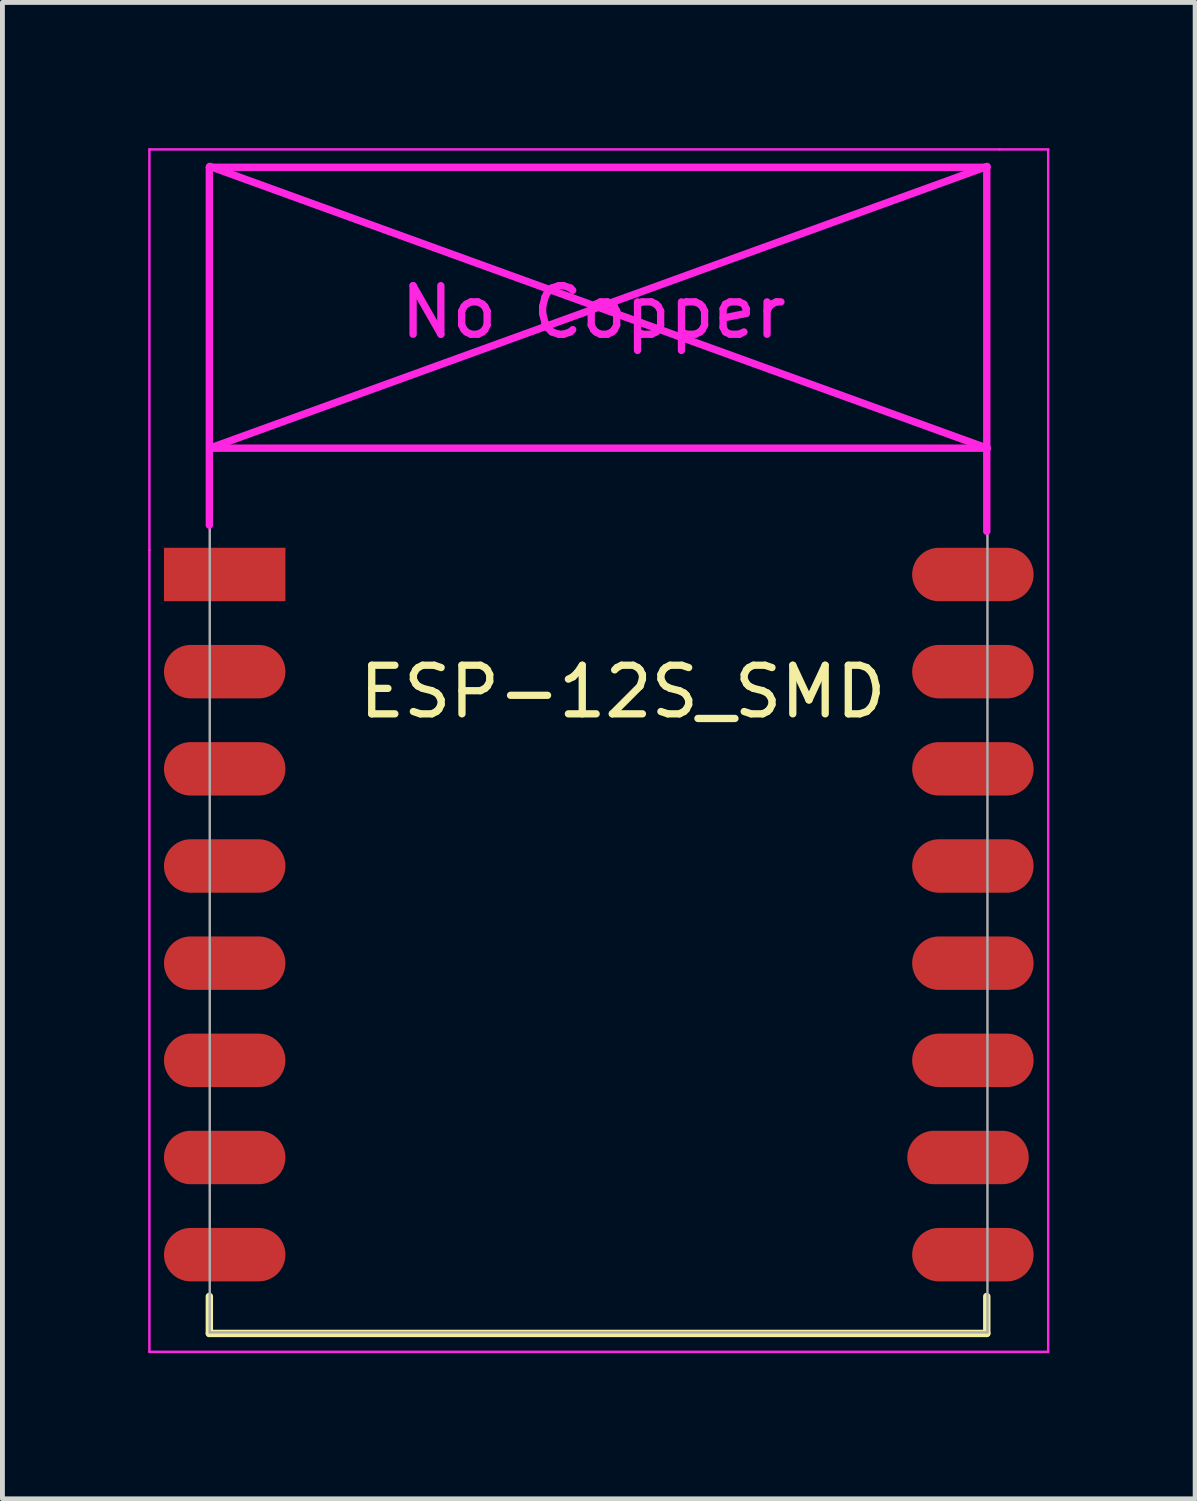
<source format=kicad_pcb>
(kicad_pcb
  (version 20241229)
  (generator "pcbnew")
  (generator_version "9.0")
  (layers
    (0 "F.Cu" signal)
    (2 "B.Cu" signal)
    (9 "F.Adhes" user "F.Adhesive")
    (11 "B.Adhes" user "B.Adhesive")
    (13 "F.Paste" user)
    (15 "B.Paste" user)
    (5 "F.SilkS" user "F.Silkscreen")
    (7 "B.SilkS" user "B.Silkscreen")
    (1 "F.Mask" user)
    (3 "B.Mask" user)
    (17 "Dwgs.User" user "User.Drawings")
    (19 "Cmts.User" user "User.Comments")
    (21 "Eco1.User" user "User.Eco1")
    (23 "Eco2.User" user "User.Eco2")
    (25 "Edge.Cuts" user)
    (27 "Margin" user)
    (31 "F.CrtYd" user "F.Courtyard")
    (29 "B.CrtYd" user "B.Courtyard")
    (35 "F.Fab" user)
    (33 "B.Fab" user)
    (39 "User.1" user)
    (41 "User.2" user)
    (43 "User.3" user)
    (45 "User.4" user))
  (footprint "ESP-12S_SMD"
    (layer "F.Cu")
    (at 2.275 8.775)
    (property "Reference" "ESP-12S_SMD" (at 7.493 2.413 0) (layer "F.SilkS") (effects (font (size 1 1) (thickness 0.15))))
    (attr smd)
    (fp_line (start -1.016 14.859) (end -1.016 15.621) (stroke (width 0.152) (type solid)) (layer "F.SilkS"))
    (fp_line (start -1.016 15.621) (end 14.986 15.621) (stroke (width 0.152) (type solid)) (layer "F.SilkS"))
    (fp_line (start 14.986 15.621) (end 14.986 14.859) (stroke (width 0.152) (type solid)) (layer "F.SilkS"))
    (fp_line (start -2.25 -8.75) (end 15.25 -8.75) (stroke (width 0.05) (type solid)) (layer "F.CrtYd"))
    (fp_line (start -2.25 -0.5) (end -2.25 -8.75) (stroke (width 0.05) (type solid)) (layer "F.CrtYd"))
    (fp_line (start -2.25 16) (end -2.25 -0.5) (stroke (width 0.05) (type solid)) (layer "F.CrtYd"))
    (fp_line (start -1.016 -8.382) (end -1.016 -1.016) (stroke (width 0.152) (type solid)) (layer "F.CrtYd"))
    (fp_line (start -1.016 -8.382) (end 14.986 -8.382) (stroke (width 0.152) (type solid)) (layer "F.CrtYd"))
    (fp_line (start -1.008 -8.4) (end 14.992 -2.6) (stroke (width 0.152) (type solid)) (layer "F.CrtYd"))
    (fp_line (start -1.008 -2.6) (end 14.992 -2.6) (stroke (width 0.152) (type solid)) (layer "F.CrtYd"))
    (fp_line (start 14.986 -8.382) (end 14.986 -0.889) (stroke (width 0.152) (type solid)) (layer "F.CrtYd"))
    (fp_line (start 14.992 -8.4) (end -1.008 -2.6) (stroke (width 0.152) (type solid)) (layer "F.CrtYd"))
    (fp_line (start 15.25 -8.75) (end 16.25 -8.75) (stroke (width 0.05) (type solid)) (layer "F.CrtYd"))
    (fp_line (start 16.25 -8.75) (end 16.25 16) (stroke (width 0.05) (type solid)) (layer "F.CrtYd"))
    (fp_line (start 16.25 16) (end -2.25 16) (stroke (width 0.05) (type solid)) (layer "F.CrtYd"))
    (fp_line (start -1.008 -8.4) (end 14.992 -8.4) (stroke (width 0.05) (type solid)) (layer "F.Fab"))
    (fp_line (start -1.008 15.6) (end -1.008 -8.4) (stroke (width 0.05) (type solid)) (layer "F.Fab"))
    (fp_line (start 14.992 15.6) (end -1.008 15.6) (stroke (width 0.05) (type solid)) (layer "F.Fab"))
    (fp_line (start 15 -8.4) (end 15 15.6) (stroke (width 0.05) (type solid)) (layer "F.Fab"))
    (fp_text user "No Copper" (at 6.892 -5.4 0) (layer "F.CrtYd") (effects (font (size 1 1) (thickness 0.15))))
    (pad "1" smd rect (at 0 0) (size 2.5 1.1) (drill (offset -0.7 0)) (layers "F.Cu" "F.Mask" "F.Paste"))
    (pad "2" smd oval (at 0 2) (size 2.5 1.1) (drill (offset -0.7 0)) (layers "F.Cu" "F.Mask" "F.Paste"))
    (pad "3" smd oval (at 0 4) (size 2.5 1.1) (drill (offset -0.7 0)) (layers "F.Cu" "F.Mask" "F.Paste"))
    (pad "4" smd oval (at 0 6) (size 2.5 1.1) (drill (offset -0.7 0)) (layers "F.Cu" "F.Mask" "F.Paste"))
    (pad "5" smd oval (at 0 8) (size 2.5 1.1) (drill (offset -0.7 0)) (layers "F.Cu" "F.Mask" "F.Paste"))
    (pad "6" smd oval (at 0 10) (size 2.5 1.1) (drill (offset -0.7 0)) (layers "F.Cu" "F.Mask" "F.Paste"))
    (pad "7" smd oval (at 0 12) (size 2.5 1.1) (drill (offset -0.7 0)) (layers "F.Cu" "F.Mask" "F.Paste"))
    (pad "8" smd oval (at 0 14) (size 2.5 1.1) (drill (offset -0.7 0)) (layers "F.Cu" "F.Mask" "F.Paste"))
    (pad "9" smd oval (at 14 14) (size 2.5 1.1) (drill (offset 0.7 0)) (layers "F.Cu" "F.Mask" "F.Paste"))
    (pad "10" smd oval (at 14 12) (size 2.5 1.1) (drill (offset 0.6 0)) (layers "F.Cu" "F.Mask" "F.Paste"))
    (pad "11" smd oval (at 14 10) (size 2.5 1.1) (drill (offset 0.7 0)) (layers "F.Cu" "F.Mask" "F.Paste"))
    (pad "12" smd oval (at 14 8) (size 2.5 1.1) (drill (offset 0.7 0)) (layers "F.Cu" "F.Mask" "F.Paste"))
    (pad "13" smd oval (at 14 6) (size 2.5 1.1) (drill (offset 0.7 0)) (layers "F.Cu" "F.Mask" "F.Paste"))
    (pad "14" smd oval (at 14 4) (size 2.5 1.1) (drill (offset 0.7 0)) (layers "F.Cu" "F.Mask" "F.Paste"))
    (pad "15" smd oval (at 14 2) (size 2.5 1.1) (drill (offset 0.7 0)) (layers "F.Cu" "F.Mask" "F.Paste"))
    (pad "16" smd oval (at 14 0) (size 2.5 1.1) (drill (offset 0.7 0)) (layers "F.Cu" "F.Mask" "F.Paste")))
  (gr_rect
    (start -3 -3)
    (end 21.55 27.8)
    (stroke (width 0.1) (type default))
    (fill no)
    (layer "Edge.Cuts")))
</source>
